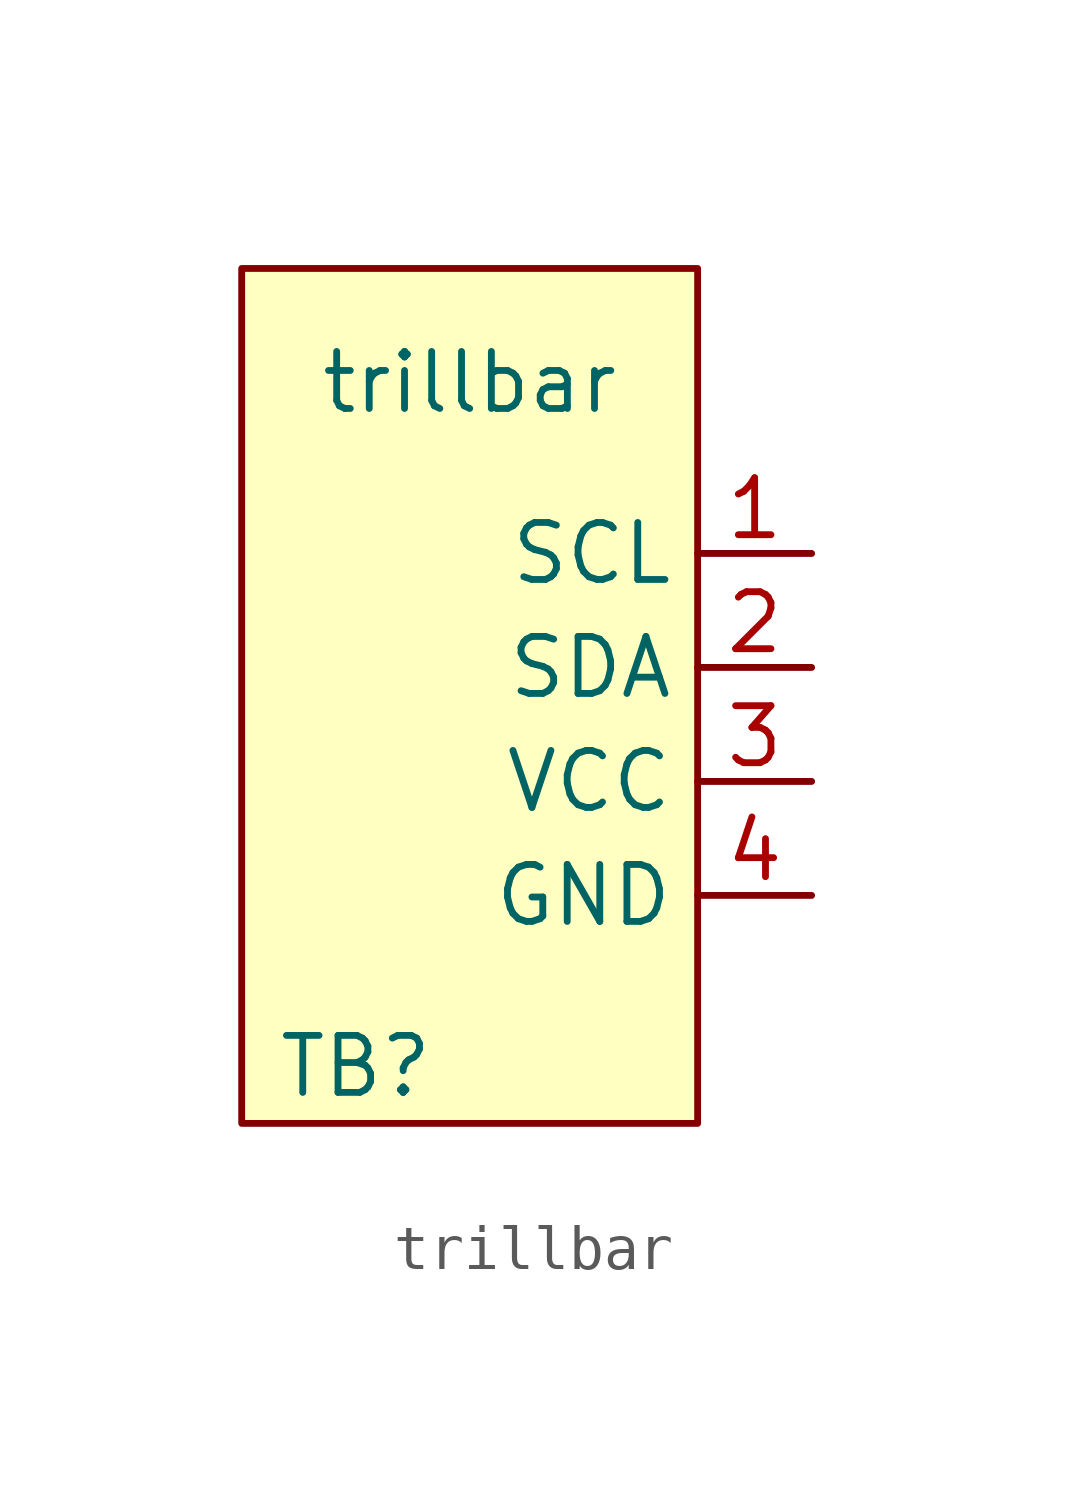
<source format=kicad_sym>
(kicad_symbol_lib
  (version 20201005)
  (generator kicad_symbol_editor)
  (symbol "mixduino-mk2:trillbar"
    (property "Reference" "TB"
      (at -2.54 -7.62 0)
      (effects (font (size 1.27 1.27))))
    (property "Value" "trillbar"
      (at 0 7.62 0)
      (effects (font (size 1.27 1.27))))
    (symbol "trillbar_0_1"
      (rectangle (start -5.08 10.16) (end 5.08 -8.89) (stroke (width 0.152)) (fill (type background))))
    (symbol "trillbar_1_1"
      (pin input line (at 7.62 3.81 180) (length 2.54) (name "SCL" (effects (font (size 1.27 1.27)))) (number "1" (effects (font (size 1.27 1.27)))))
      (pin bidirectional line (at 7.62 1.27 180) (length 2.54) (name "SDA" (effects (font (size 1.27 1.27)))) (number "2" (effects (font (size 1.27 1.27)))))
      (pin power_in line (at 7.62 -1.27 180) (length 2.54) (name "VCC" (effects (font (size 1.27 1.27)))) (number "3" (effects (font (size 1.27 1.27)))))
      (pin power_in line (at 7.62 -3.81 180) (length 2.54) (name "GND" (effects (font (size 1.27 1.27)))) (number "4" (effects (font (size 1.27 1.27))))))))
</source>
